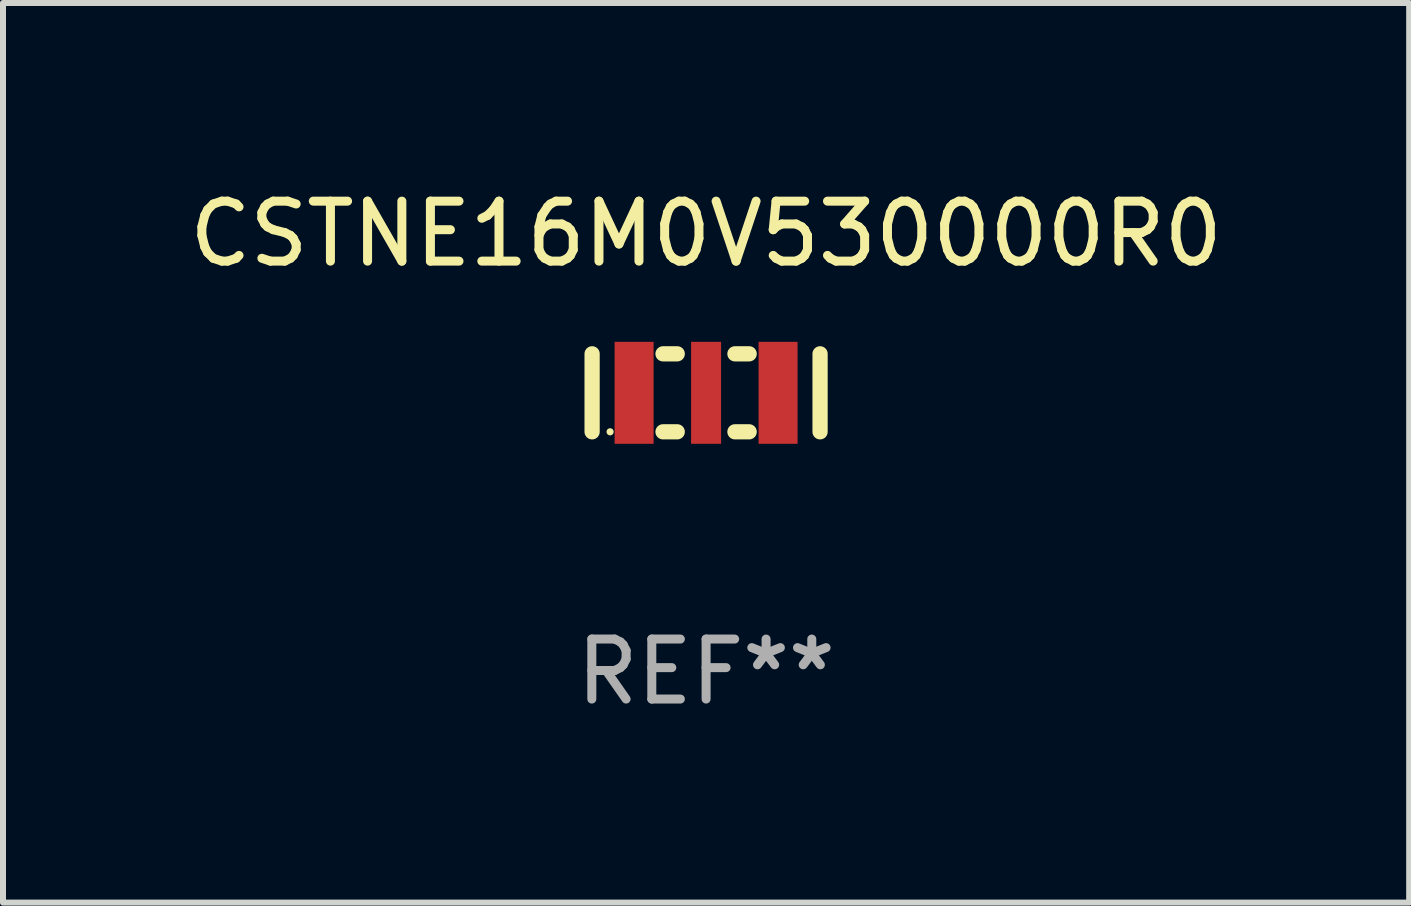
<source format=kicad_pcb>
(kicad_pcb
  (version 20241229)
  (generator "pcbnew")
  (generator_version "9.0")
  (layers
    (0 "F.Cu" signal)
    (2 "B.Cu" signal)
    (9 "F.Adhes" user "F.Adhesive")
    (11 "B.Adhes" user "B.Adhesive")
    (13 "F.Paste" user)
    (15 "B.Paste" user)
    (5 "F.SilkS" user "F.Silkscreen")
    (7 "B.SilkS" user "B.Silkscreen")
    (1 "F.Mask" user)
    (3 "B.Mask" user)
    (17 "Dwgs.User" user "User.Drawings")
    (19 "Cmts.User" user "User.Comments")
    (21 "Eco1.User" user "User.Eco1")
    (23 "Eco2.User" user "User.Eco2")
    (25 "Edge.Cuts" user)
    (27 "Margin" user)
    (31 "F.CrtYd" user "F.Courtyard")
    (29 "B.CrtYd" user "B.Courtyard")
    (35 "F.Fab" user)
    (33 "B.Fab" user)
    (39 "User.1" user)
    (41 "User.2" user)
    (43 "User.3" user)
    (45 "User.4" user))
  (footprint "CSTNE16M0V530000R0"
    (layer "F.Cu")
    (at 8.72 3.498)
    (property "Reference" "CSTNE16M0V530000R0" (at 0 -2.65 0) (layer "F.SilkS") (effects (font (size 1 1) (thickness 0.15))))
    (attr through_hole)
    (fp_line (start -1.9 -0.65) (end -1.9 0.65) (stroke (width 0.254) (type solid)) (layer "F.SilkS"))
    (fp_line (start -0.718 -0.65) (end -0.481 -0.65) (stroke (width 0.254) (type solid)) (layer "F.SilkS"))
    (fp_line (start -0.718 0.65) (end -0.481 0.65) (stroke (width 0.254) (type solid)) (layer "F.SilkS"))
    (fp_line (start 0.481 -0.65) (end 0.718 -0.65) (stroke (width 0.254) (type solid)) (layer "F.SilkS"))
    (fp_line (start 0.481 0.65) (end 0.718 0.65) (stroke (width 0.254) (type solid)) (layer "F.SilkS"))
    (fp_line (start 1.9 0.65) (end 1.9 -0.65) (stroke (width 0.254) (type solid)) (layer "F.SilkS"))
    (fp_circle (center -1.6 0.65) (end -1.57 0.65) (stroke (width 0.06) (type solid)) (fill no) (layer "F.SilkS"))
    (fp_text user "REF**" (at 0 4.65 0) (layer "F.Fab") (effects (font (size 1 1) (thickness 0.15))))
    (pad "1" smd rect (at -1.2 0) (size 0.65 1.7) (layers "F.Cu" "F.Mask" "F.Paste"))
    (pad "2" smd rect (at 0 0) (size 0.5 1.7) (layers "F.Cu" "F.Mask" "F.Paste"))
    (pad "3" smd rect (at 1.2 0) (size 0.65 1.7) (layers "F.Cu" "F.Mask" "F.Paste")))
  (gr_rect
    (start -3 -3)
    (end 20.44 11.996)
    (stroke (width 0.1) (type default))
    (fill no)
    (layer "Edge.Cuts")))
</source>
